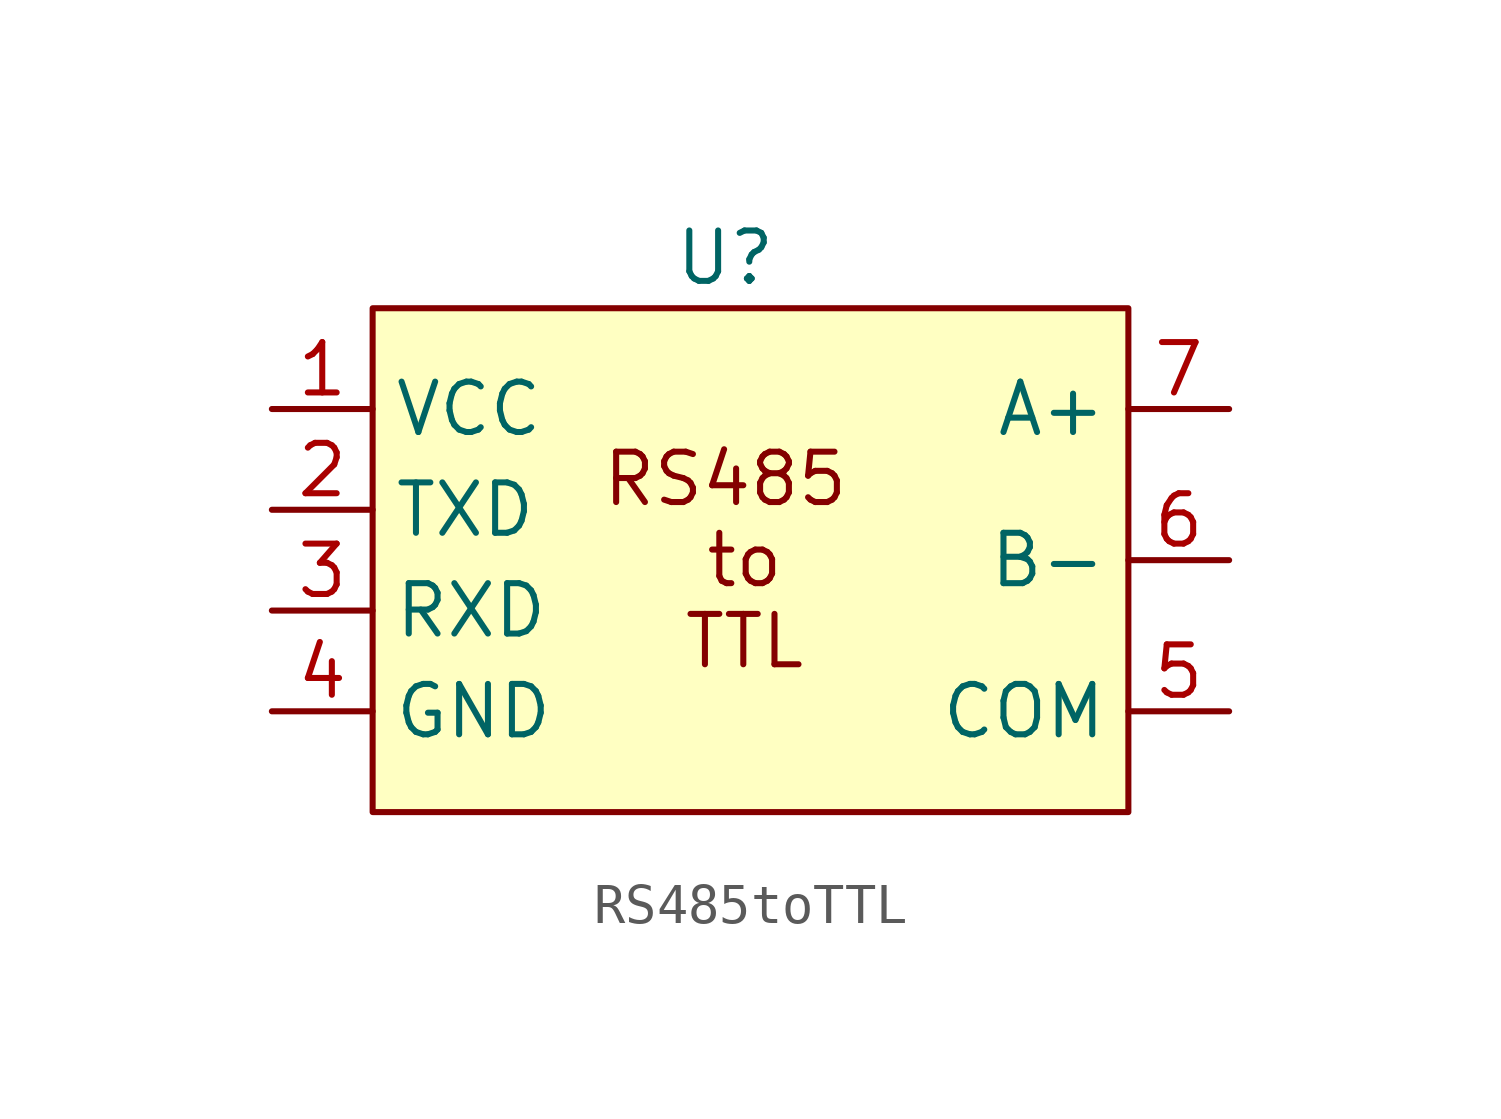
<source format=kicad_sym>
(kicad_symbol_lib
  (version 20231120)
  (generator "kicad_symbol_editor")
  (generator_version "8.0")
  (symbol "RS485toTTL"
    (property "Reference" "U"
      (at -10.16 1.27 0)
      (effects (font (size 1.27 1.27))))
    (property "Value" ""
      (at 0 0 0)
      (effects (font (size 1.27 1.27))))
    (symbol "RS485toTTL_0_1"
      (rectangle (start -19.05 0) (end 0 -12.7) (stroke (width 0) (type default)) (fill (type background))))
    (symbol "RS485toTTL_1_1"
      (text "RS485\n to\n TTL" (at -10.16 -6.35 0) (effects (font (size 1.27 1.27))))
      (pin power_in line (at -21.59 -2.54 0) (length 2.54) (name "VCC" (effects (font (size 1.27 1.27)))) (number "1" (effects (font (size 1.27 1.27)))))
      (pin input line (at -21.59 -5.08 0) (length 2.54) (name "TXD" (effects (font (size 1.27 1.27)))) (number "2" (effects (font (size 1.27 1.27)))))
      (pin output line (at -21.59 -7.62 0) (length 2.54) (name "RXD" (effects (font (size 1.27 1.27)))) (number "3" (effects (font (size 1.27 1.27)))))
      (pin power_in line (at -21.59 -10.16 0) (length 2.54) (name "GND" (effects (font (size 1.27 1.27)))) (number "4" (effects (font (size 1.27 1.27)))))
      (pin power_in line (at 2.54 -10.16 180) (length 2.54) (name "COM" (effects (font (size 1.27 1.27)))) (number "5" (effects (font (size 1.27 1.27)))))
      (pin bidirectional line (at 2.54 -6.35 180) (length 2.54) (name "B-" (effects (font (size 1.27 1.27)))) (number "6" (effects (font (size 1.27 1.27)))))
      (pin bidirectional line (at 2.54 -2.54 180) (length 2.54) (name "A+" (effects (font (size 1.27 1.27)))) (number "7" (effects (font (size 1.27 1.27))))))))
</source>
